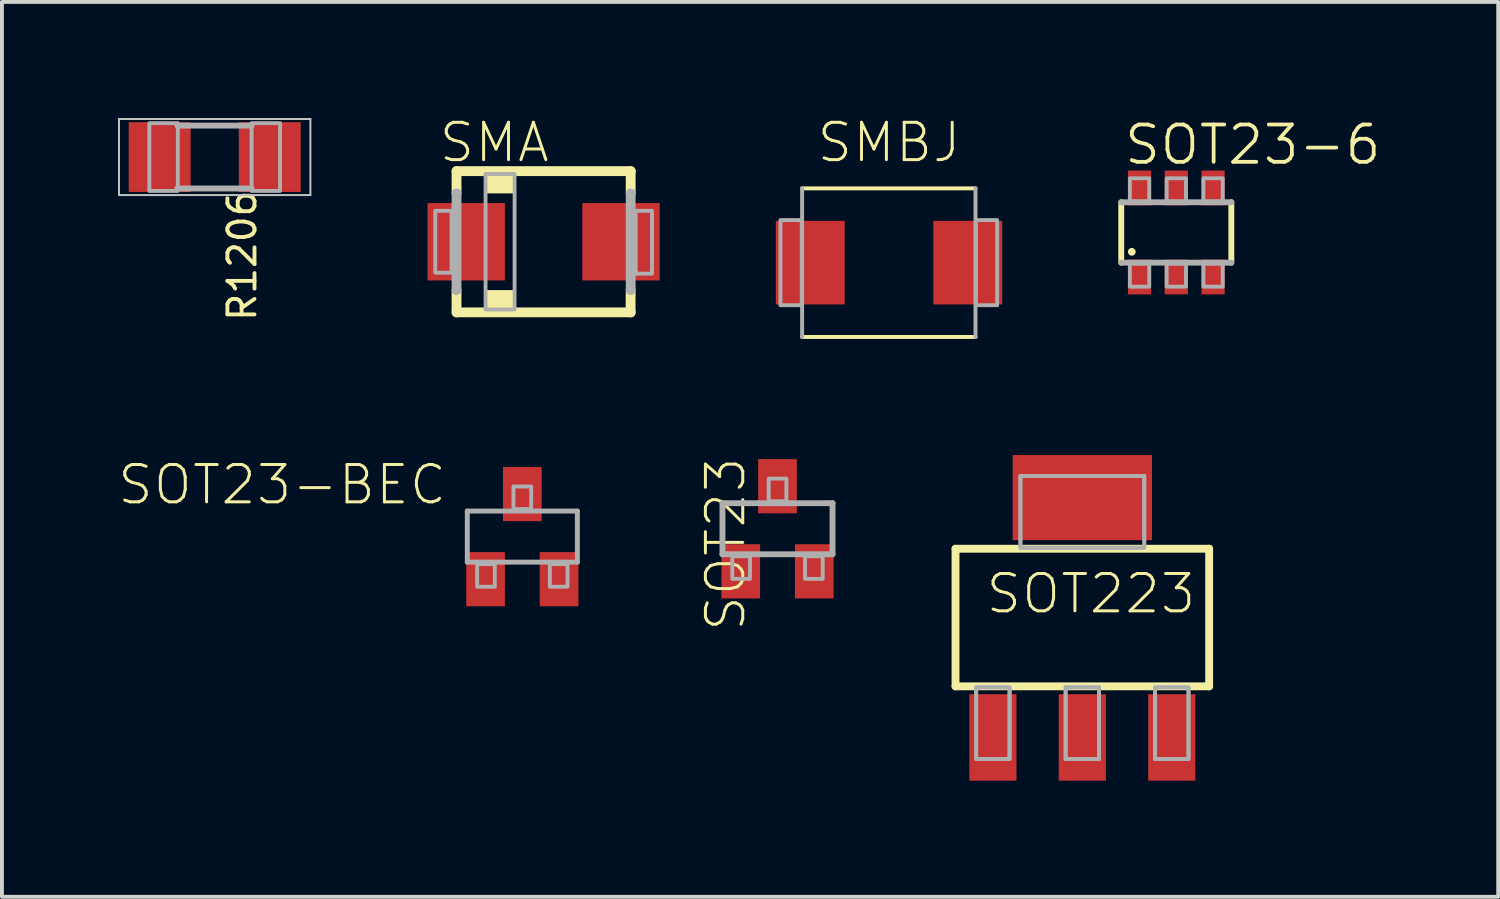
<source format=kicad_pcb>
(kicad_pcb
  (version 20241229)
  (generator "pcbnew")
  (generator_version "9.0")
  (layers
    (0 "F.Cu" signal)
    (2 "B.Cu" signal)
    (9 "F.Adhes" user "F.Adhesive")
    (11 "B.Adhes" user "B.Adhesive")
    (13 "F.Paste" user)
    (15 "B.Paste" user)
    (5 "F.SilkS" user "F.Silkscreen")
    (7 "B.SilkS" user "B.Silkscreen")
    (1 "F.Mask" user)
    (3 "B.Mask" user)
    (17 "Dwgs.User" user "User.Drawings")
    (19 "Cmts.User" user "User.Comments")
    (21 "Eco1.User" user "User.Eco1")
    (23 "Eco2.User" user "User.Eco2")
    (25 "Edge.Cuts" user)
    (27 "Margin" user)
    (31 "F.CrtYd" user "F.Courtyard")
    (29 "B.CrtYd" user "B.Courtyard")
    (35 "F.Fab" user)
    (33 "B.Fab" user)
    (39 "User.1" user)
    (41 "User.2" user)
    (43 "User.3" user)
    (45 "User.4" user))
  (footprint "SOT23-BEC"
    (layer "F.Cu")
    (at 10.447 10.816)
    (property "Reference" "SOT23-BEC" (at -1.905 -1.905 180) (layer "F.SilkS") (effects (font (size 0.965 0.965) (thickness 0.077)) (justify right top)))
    (attr through_hole)
    (fp_line (start -1.422 -0.66) (end 1.422 -0.66) (stroke (width 0.127) (type solid)) (layer "F.Fab"))
    (fp_line (start -1.422 0.66) (end -1.422 -0.66) (stroke (width 0.127) (type solid)) (layer "F.Fab"))
    (fp_line (start 1.422 -0.66) (end 1.422 0.66) (stroke (width 0.127) (type solid)) (layer "F.Fab"))
    (fp_line (start 1.422 0.66) (end -1.422 0.66) (stroke (width 0.127) (type solid)) (layer "F.Fab"))
    (fp_poly (pts (xy -1.168 1.295) (xy -0.711 1.295) (xy -0.711 0.711) (xy -1.168 0.711)) (stroke (width 0.1) (type solid)) (fill no) (layer "F.Fab"))
    (fp_poly (pts (xy -0.229 -0.711) (xy 0.229 -0.711) (xy 0.229 -1.295) (xy -0.229 -1.295)) (stroke (width 0.1) (type solid)) (fill no) (layer "F.Fab"))
    (fp_poly (pts (xy 0.711 1.295) (xy 1.168 1.295) (xy 1.168 0.711) (xy 0.711 0.711)) (stroke (width 0.1) (type solid)) (fill no) (layer "F.Fab"))
    (pad "B" smd rect (at -0.95 1.1) (size 1 1.4) (layers "F.Cu" "F.Mask" "F.Paste"))
    (pad "C" smd rect (at 0 -1.1) (size 1 1.4) (layers "F.Cu" "F.Mask" "F.Paste"))
    (pad "E" smd rect (at 0.95 1.1) (size 1 1.4) (layers "F.Cu" "F.Mask" "F.Paste")))
  (footprint "SOT23-6"
    (layer "F.Cu")
    (at 27.346 2.957)
    (property "Reference" "SOT23-6" (at -1.397 -1.702 0) (layer "F.SilkS") (effects (font (size 0.965 0.965) (thickness 0.097)) (justify left bottom)))
    (attr through_hole)
    (fp_line (start -1.423 0.781) (end -1.423 -0.781) (stroke (width 0.152) (type solid)) (layer "F.SilkS"))
    (fp_line (start 1.422 -0.781) (end 1.422 0.781) (stroke (width 0.152) (type solid)) (layer "F.SilkS"))
    (fp_circle (center -1.15 0.5) (end -1.05 0.5) (stroke (width 0) (type solid)) (fill yes) (layer "F.SilkS"))
    (fp_line (start -1.423 -0.781) (end 1.422 -0.781) (stroke (width 0.152) (type solid)) (layer "F.Fab"))
    (fp_line (start 1.422 0.781) (end -1.423 0.781) (stroke (width 0.152) (type solid)) (layer "F.Fab"))
    (fp_poly (pts (xy -1.2 -0.8) (xy -0.7 -0.8) (xy -0.7 -1.4) (xy -1.2 -1.4)) (stroke (width 0.1) (type solid)) (fill no) (layer "F.Fab"))
    (fp_poly (pts (xy -1.2 1.4) (xy -0.7 1.4) (xy -0.7 0.8) (xy -1.2 0.8)) (stroke (width 0.1) (type solid)) (fill no) (layer "F.Fab"))
    (fp_poly (pts (xy -0.25 -0.8) (xy 0.25 -0.8) (xy 0.25 -1.4) (xy -0.25 -1.4)) (stroke (width 0.1) (type solid)) (fill no) (layer "F.Fab"))
    (fp_poly (pts (xy -0.25 1.4) (xy 0.25 1.4) (xy 0.25 0.8) (xy -0.25 0.8)) (stroke (width 0.1) (type solid)) (fill no) (layer "F.Fab"))
    (fp_poly (pts (xy 0.7 -0.8) (xy 1.2 -0.8) (xy 1.2 -1.4) (xy 0.7 -1.4)) (stroke (width 0.1) (type solid)) (fill no) (layer "F.Fab"))
    (fp_poly (pts (xy 0.7 1.4) (xy 1.2 1.4) (xy 1.2 0.8) (xy 0.7 0.8)) (stroke (width 0.1) (type solid)) (fill no) (layer "F.Fab"))
    (pad "1" smd rect (at -0.95 1.15) (size 0.6 0.9) (layers "F.Cu" "F.Mask" "F.Paste"))
    (pad "2" smd rect (at 0 1.15) (size 0.6 0.9) (layers "F.Cu" "F.Mask" "F.Paste"))
    (pad "3" smd rect (at 0.95 1.15) (size 0.6 0.9) (layers "F.Cu" "F.Mask" "F.Paste"))
    (pad "4" smd rect (at 0.95 -1.15) (size 0.6 0.9) (layers "F.Cu" "F.Mask" "F.Paste"))
    (pad "5" smd rect (at 0 -1.15) (size 0.6 0.9) (layers "F.Cu" "F.Mask" "F.Paste"))
    (pad "6" smd rect (at -0.95 -1.15) (size 0.6 0.9) (layers "F.Cu" "F.Mask" "F.Paste")))
  (footprint "SMBJ"
    (layer "F.Cu")
    (at 19.917 3.737)
    (property "Reference" "SMBJ" (at -1.905 -2.54 0) (layer "F.SilkS") (effects (font (size 0.965 0.965) (thickness 0.077)) (justify left bottom)))
    (attr through_hole)
    (fp_line (start -2.24 -1.92) (end 2.24 -1.92) (stroke (width 0.102) (type solid)) (layer "F.SilkS"))
    (fp_line (start 2.24 1.92) (end -2.24 1.92) (stroke (width 0.102) (type solid)) (layer "F.SilkS"))
    (fp_line (start -2.24 1.92) (end -2.24 -1.92) (stroke (width 0.102) (type solid)) (layer "F.Fab"))
    (fp_line (start 2.24 -1.92) (end 2.24 1.92) (stroke (width 0.102) (type solid)) (layer "F.Fab"))
    (fp_poly (pts (xy -2.8 1.1) (xy -2.25 1.1) (xy -2.25 -1.1) (xy -2.8 -1.1)) (stroke (width 0.1) (type solid)) (fill no) (layer "F.Fab"))
    (fp_poly (pts (xy 2.25 1.1) (xy 2.8 1.1) (xy 2.8 -1.1) (xy 2.25 -1.1)) (stroke (width 0.1) (type solid)) (fill no) (layer "F.Fab"))
    (pad "A" smd rect (at 2.04 0 180) (size 1.78 2.16) (layers "F.Cu" "F.Mask" "F.Paste"))
    (pad "C" smd rect (at -2.03 0) (size 1.78 2.16) (layers "F.Cu" "F.Mask" "F.Paste")))
  (footprint "SOT223"
    (layer "F.Cu")
    (at 24.918 12.907)
    (property "Reference" "SOT223" (at -2.54 -0.051 180) (layer "F.SilkS") (effects (font (size 0.965 0.965) (thickness 0.077)) (justify left bottom)))
    (attr through_hole)
    (fp_line (start -3.277 -1.778) (end 3.277 -1.778) (stroke (width 0.203) (type solid)) (layer "F.SilkS"))
    (fp_line (start -3.277 1.778) (end -3.277 -1.778) (stroke (width 0.203) (type solid)) (layer "F.SilkS"))
    (fp_line (start 3.277 -1.778) (end 3.277 1.778) (stroke (width 0.203) (type solid)) (layer "F.SilkS"))
    (fp_line (start 3.277 1.778) (end -3.277 1.778) (stroke (width 0.203) (type solid)) (layer "F.SilkS"))
    (fp_poly (pts (xy -2.743 3.658) (xy -1.88 3.658) (xy -1.88 1.803) (xy -2.743 1.803)) (stroke (width 0.1) (type solid)) (fill no) (layer "F.Fab"))
    (fp_poly (pts (xy -2.743 3.658) (xy -1.88 3.658) (xy -1.88 1.803) (xy -2.743 1.803)) (stroke (width 0.1) (type solid)) (fill no) (layer "F.Fab"))
    (fp_poly (pts (xy -1.6 -1.803) (xy 1.6 -1.803) (xy 1.6 -3.658) (xy -1.6 -3.658)) (stroke (width 0.1) (type solid)) (fill no) (layer "F.Fab"))
    (fp_poly (pts (xy -1.6 -1.803) (xy 1.6 -1.803) (xy 1.6 -3.658) (xy -1.6 -3.658)) (stroke (width 0.1) (type solid)) (fill no) (layer "F.Fab"))
    (fp_poly (pts (xy -0.432 3.658) (xy 0.432 3.658) (xy 0.432 1.803) (xy -0.432 1.803)) (stroke (width 0.1) (type solid)) (fill no) (layer "F.Fab"))
    (fp_poly (pts (xy -0.432 3.658) (xy 0.432 3.658) (xy 0.432 1.803) (xy -0.432 1.803)) (stroke (width 0.1) (type solid)) (fill no) (layer "F.Fab"))
    (fp_poly (pts (xy 1.88 3.658) (xy 2.743 3.658) (xy 2.743 1.803) (xy 1.88 1.803)) (stroke (width 0.1) (type solid)) (fill no) (layer "F.Fab"))
    (fp_poly (pts (xy 1.88 3.658) (xy 2.743 3.658) (xy 2.743 1.803) (xy 1.88 1.803)) (stroke (width 0.1) (type solid)) (fill no) (layer "F.Fab"))
    (pad "1" smd rect (at -2.311 3.099) (size 1.219 2.235) (layers "F.Cu" "F.Mask" "F.Paste"))
    (pad "2" smd rect (at 0 3.099) (size 1.219 2.235) (layers "F.Cu" "F.Mask" "F.Paste"))
    (pad "3" smd rect (at 2.311 3.099) (size 1.219 2.235) (layers "F.Cu" "F.Mask" "F.Paste"))
    (pad "4" smd rect (at 0 -3.099) (size 3.6 2.2) (layers "F.Cu" "F.Mask" "F.Paste")))
  (footprint "R1206"
    (layer "F.Cu")
    (at 2.498 1.008)
    (property "Reference" "R1206" (at 0.3 0.8 270) (layer "F.SilkS") (effects (font (size 0.7 0.7) (thickness 0.1)) (justify right top)))
    (attr through_hole)
    (fp_line (start -2.473 -0.983) (end 2.473 -0.983) (stroke (width 0.051) (type solid)) (layer "Dwgs.User"))
    (fp_line (start -2.473 0.983) (end -2.473 -0.983) (stroke (width 0.051) (type solid)) (layer "Dwgs.User"))
    (fp_line (start 2.473 -0.983) (end 2.473 0.983) (stroke (width 0.051) (type solid)) (layer "Dwgs.User"))
    (fp_line (start 2.473 0.983) (end -2.473 0.983) (stroke (width 0.051) (type solid)) (layer "Dwgs.User"))
    (fp_line (start 0.953 -0.813) (end -0.965 -0.813) (stroke (width 0.152) (type solid)) (layer "F.Fab"))
    (fp_line (start 0.953 0.813) (end -0.965 0.813) (stroke (width 0.152) (type solid)) (layer "F.Fab"))
    (fp_poly (pts (xy -1.689 0.876) (xy -0.953 0.876) (xy -0.953 -0.876) (xy -1.689 -0.876)) (stroke (width 0.1) (type solid)) (fill no) (layer "F.Fab"))
    (fp_poly (pts (xy 0.953 0.876) (xy 1.689 0.876) (xy 1.689 -0.876) (xy 0.953 -0.876)) (stroke (width 0.1) (type solid)) (fill no) (layer "F.Fab"))
    (pad "1" smd rect (at -1.422 0) (size 1.6 1.803) (layers "F.Cu" "F.Mask" "F.Paste"))
    (pad "2" smd rect (at 1.422 0) (size 1.6 1.803) (layers "F.Cu" "F.Mask" "F.Paste")))
  (footprint "SMA"
    (layer "F.Cu")
    (at 10.997 3.197)
    (property "Reference" "SMA" (at -2.75 -2 0) (layer "F.SilkS") (effects (font (size 0.965 0.965) (thickness 0.077)) (justify left bottom)))
    (attr through_hole)
    (fp_line (start -2.25 -1.825) (end -2.25 -1.25) (stroke (width 0.254) (type solid)) (layer "F.SilkS"))
    (fp_line (start -2.25 -1.825) (end 2.25 -1.825) (stroke (width 0.254) (type solid)) (layer "F.SilkS"))
    (fp_line (start -2.25 1.825) (end -2.25 1.25) (stroke (width 0.254) (type solid)) (layer "F.SilkS"))
    (fp_line (start 2.25 -1.825) (end 2.25 -1.25) (stroke (width 0.254) (type solid)) (layer "F.SilkS"))
    (fp_line (start 2.25 1.825) (end -2.25 1.825) (stroke (width 0.254) (type solid)) (layer "F.SilkS"))
    (fp_arc (start 2.25 1.825) (mid 2.247611 1.5375) (end 2.25 1.25) (stroke (width 0.254) (type solid)) (layer "F.SilkS"))
    (fp_poly (pts (xy -1.5 -1.25) (xy -0.75 -1.25) (xy -0.75 -1.75) (xy -1.5 -1.75)) (stroke (width 0) (type solid)) (fill yes) (layer "F.SilkS"))
    (fp_poly (pts (xy -1.5 1.75) (xy -0.75 1.75) (xy -0.75 1.25) (xy -1.5 1.25)) (stroke (width 0) (type solid)) (fill yes) (layer "F.SilkS"))
    (fp_line (start -2.25 1.25) (end -2.25 -1.25) (stroke (width 0.254) (type solid)) (layer "F.Fab"))
    (fp_line (start 2.25 -1.25) (end 2.25 1.25) (stroke (width 0.254) (type solid)) (layer "F.Fab"))
    (fp_poly (pts (xy -2.8 0.8) (xy -2.38 0.8) (xy -2.38 -0.8) (xy -2.8 -0.8)) (stroke (width 0.1) (type solid)) (fill no) (layer "F.Fab"))
    (fp_poly (pts (xy -1.5 1.75) (xy -0.75 1.75) (xy -0.75 -1.75) (xy -1.5 -1.75)) (stroke (width 0.1) (type solid)) (fill no) (layer "F.Fab"))
    (fp_poly (pts (xy 2.38 0.825) (xy 2.8 0.825) (xy 2.8 -0.8) (xy 2.38 -0.8)) (stroke (width 0.1) (type solid)) (fill no) (layer "F.Fab"))
    (pad "A" smd rect (at 2 0) (size 2 2) (layers "F.Cu" "F.Mask" "F.Paste"))
    (pad "C" smd rect (at -2 0) (size 2 2) (layers "F.Cu" "F.Mask" "F.Paste")))
  (footprint "SOT23"
    (layer "F.Cu")
    (at 17.041 10.613)
    (property "Reference" "SOT23" (at -1.905 -1.905 270) (layer "F.SilkS") (effects (font (size 0.965 0.965) (thickness 0.077)) (justify right top)))
    (attr through_hole)
    (fp_line (start -1.422 -0.66) (end 1.422 -0.66) (stroke (width 0.152) (type solid)) (layer "F.Fab"))
    (fp_line (start -1.422 0.66) (end -1.422 -0.66) (stroke (width 0.152) (type solid)) (layer "F.Fab"))
    (fp_line (start 1.422 -0.66) (end 1.422 0.66) (stroke (width 0.152) (type solid)) (layer "F.Fab"))
    (fp_line (start 1.422 0.66) (end -1.422 0.66) (stroke (width 0.152) (type solid)) (layer "F.Fab"))
    (fp_poly (pts (xy -1.168 1.295) (xy -0.711 1.295) (xy -0.711 0.711) (xy -1.168 0.711)) (stroke (width 0.1) (type solid)) (fill no) (layer "F.Fab"))
    (fp_poly (pts (xy -0.229 -0.711) (xy 0.229 -0.711) (xy 0.229 -1.295) (xy -0.229 -1.295)) (stroke (width 0.1) (type solid)) (fill no) (layer "F.Fab"))
    (fp_poly (pts (xy 0.711 1.295) (xy 1.168 1.295) (xy 1.168 0.711) (xy 0.711 0.711)) (stroke (width 0.1) (type solid)) (fill no) (layer "F.Fab"))
    (pad "1" smd rect (at -0.95 1.1) (size 1 1.4) (layers "F.Cu" "F.Mask" "F.Paste"))
    (pad "2" smd rect (at 0.95 1.1) (size 1 1.4) (layers "F.Cu" "F.Mask" "F.Paste"))
    (pad "3" smd rect (at 0 -1.1) (size 1 1.4) (layers "F.Cu" "F.Mask" "F.Paste")))
  (gr_rect
    (start -3 -3)
    (end 35.664 20.123)
    (stroke (width 0.1) (type default))
    (fill no)
    (layer "Edge.Cuts")))
</source>
